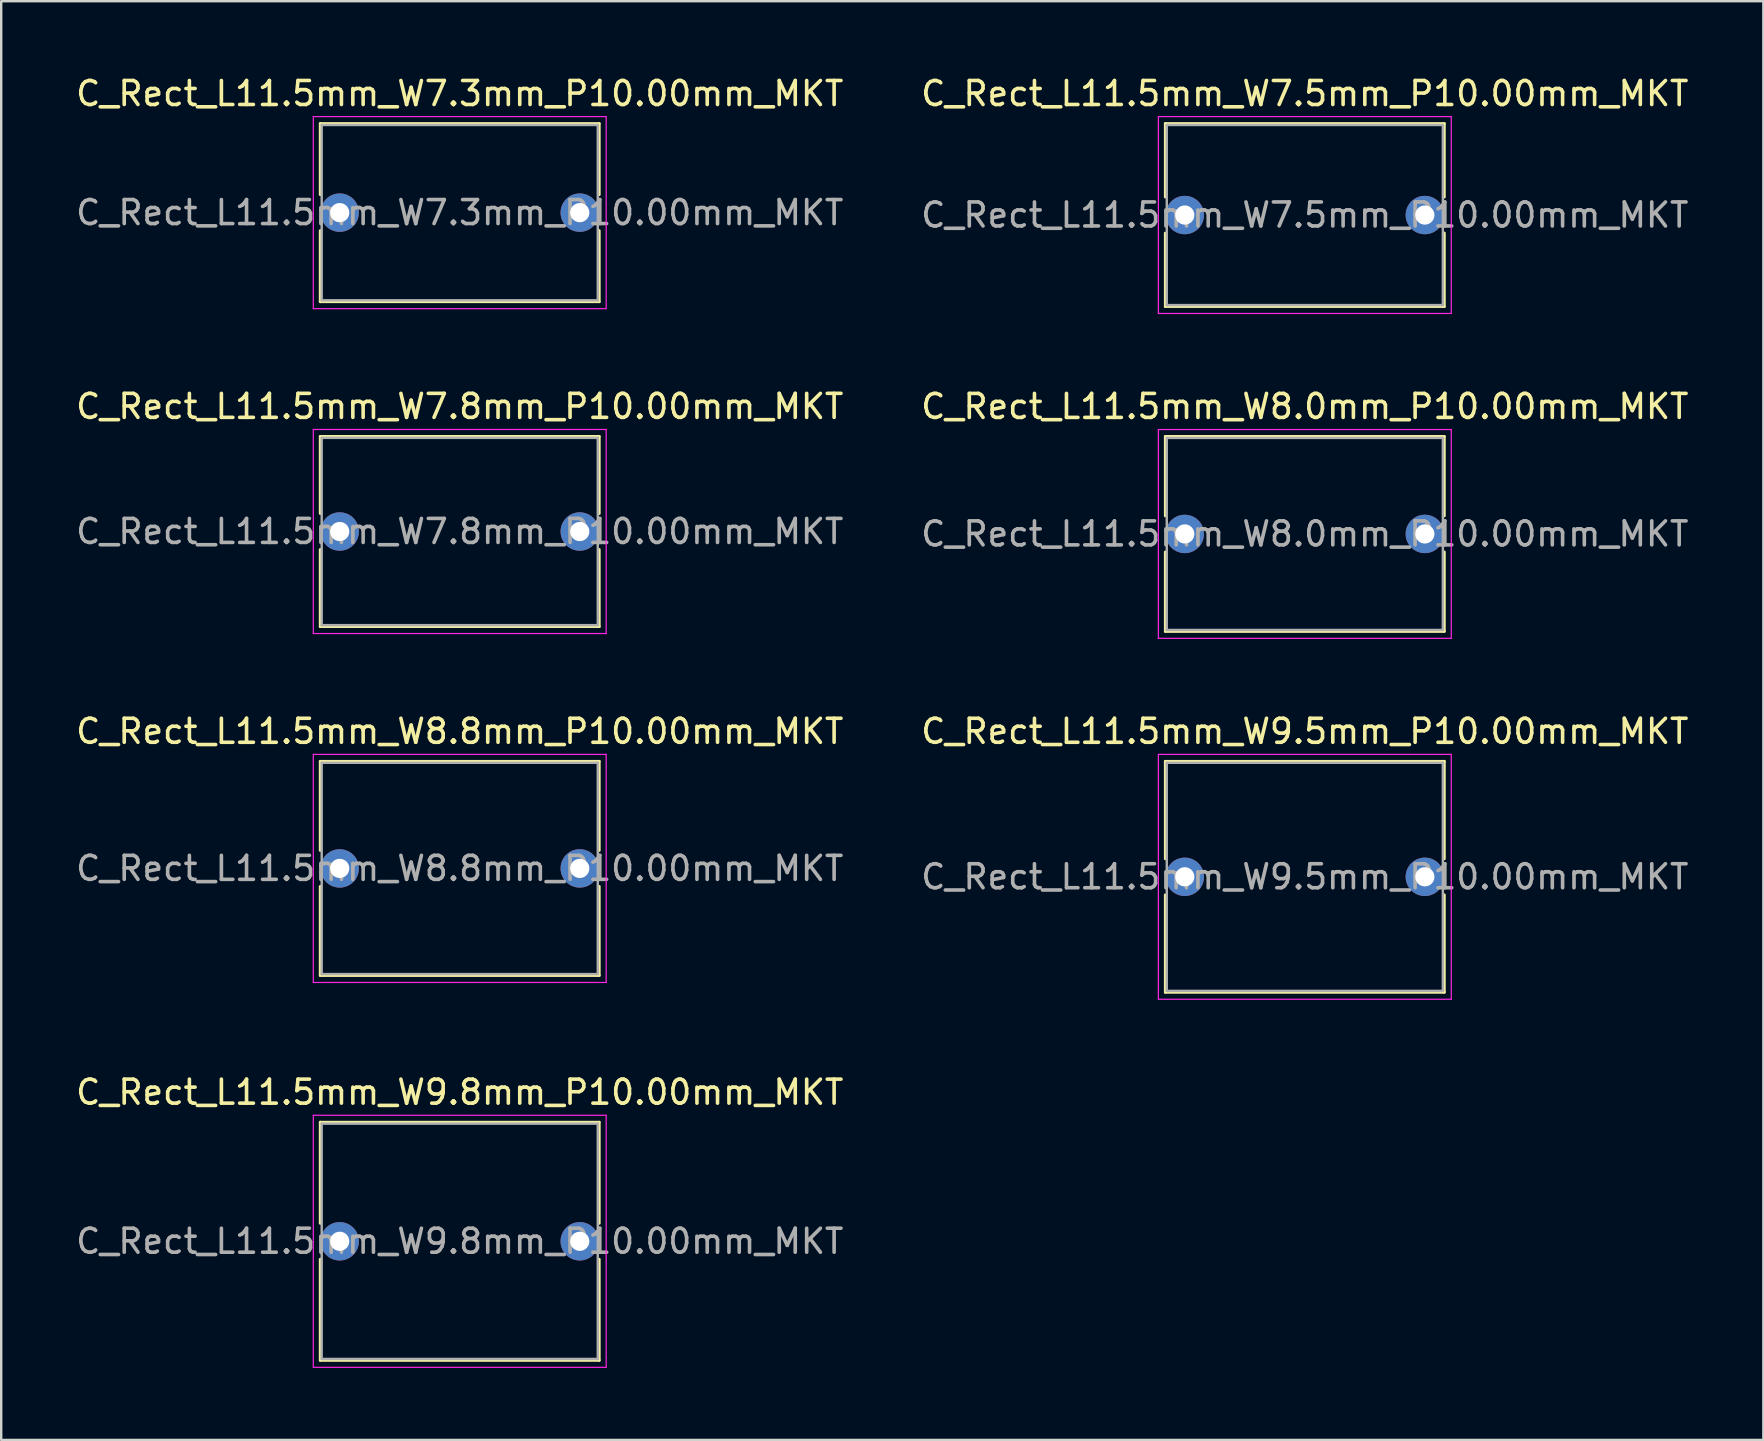
<source format=kicad_pcb>
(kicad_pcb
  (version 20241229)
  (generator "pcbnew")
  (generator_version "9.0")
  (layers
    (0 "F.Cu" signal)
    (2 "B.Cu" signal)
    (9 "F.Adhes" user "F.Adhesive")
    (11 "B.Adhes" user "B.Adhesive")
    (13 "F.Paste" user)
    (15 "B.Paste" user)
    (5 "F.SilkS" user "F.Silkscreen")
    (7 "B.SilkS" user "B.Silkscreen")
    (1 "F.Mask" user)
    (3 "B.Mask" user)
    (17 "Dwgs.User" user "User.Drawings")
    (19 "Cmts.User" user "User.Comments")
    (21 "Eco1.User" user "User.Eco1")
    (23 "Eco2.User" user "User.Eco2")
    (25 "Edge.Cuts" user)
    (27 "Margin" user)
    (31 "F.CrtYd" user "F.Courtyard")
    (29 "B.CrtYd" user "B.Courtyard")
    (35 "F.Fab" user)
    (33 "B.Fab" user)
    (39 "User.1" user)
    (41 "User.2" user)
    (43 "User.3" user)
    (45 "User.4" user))
  (footprint "C_Rect_L11.5mm_W8.8mm_P10.00mm_MKT"
    (layer "F.Cu")
    (at 11.101 33.125)
    (property "Reference" "C_Rect_L11.5mm_W8.8mm_P10.00mm_MKT" (at 5 -5.71 0) (layer "F.SilkS") (effects (font (size 1 1) (thickness 0.15))))
    (attr through_hole)
    (fp_line (start -0.81 -4.46) (end -0.81 -0.75) (stroke (width 0.12) (type solid)) (layer "F.SilkS"))
    (fp_line (start -0.81 -4.46) (end 10.81 -4.46) (stroke (width 0.12) (type solid)) (layer "F.SilkS"))
    (fp_line (start -0.81 0.75) (end -0.81 4.46) (stroke (width 0.12) (type solid)) (layer "F.SilkS"))
    (fp_line (start -0.81 4.46) (end 10.81 4.46) (stroke (width 0.12) (type solid)) (layer "F.SilkS"))
    (fp_line (start 10.81 -4.46) (end 10.81 -0.75) (stroke (width 0.12) (type solid)) (layer "F.SilkS"))
    (fp_line (start 10.81 0.75) (end 10.81 4.46) (stroke (width 0.12) (type solid)) (layer "F.SilkS"))
    (fp_line (start -1.1 -4.75) (end -1.1 4.75) (stroke (width 0.05) (type solid)) (layer "F.CrtYd"))
    (fp_line (start -1.1 4.75) (end 11.1 4.75) (stroke (width 0.05) (type solid)) (layer "F.CrtYd"))
    (fp_line (start 11.1 -4.75) (end -1.1 -4.75) (stroke (width 0.05) (type solid)) (layer "F.CrtYd"))
    (fp_line (start 11.1 4.75) (end 11.1 -4.75) (stroke (width 0.05) (type solid)) (layer "F.CrtYd"))
    (fp_line (start -0.75 -4.4) (end -0.75 4.4) (stroke (width 0.1) (type solid)) (layer "F.Fab"))
    (fp_line (start -0.75 4.4) (end 10.75 4.4) (stroke (width 0.1) (type solid)) (layer "F.Fab"))
    (fp_line (start 10.75 -4.4) (end -0.75 -4.4) (stroke (width 0.1) (type solid)) (layer "F.Fab"))
    (fp_line (start 10.75 4.4) (end 10.75 -4.4) (stroke (width 0.1) (type solid)) (layer "F.Fab"))
    (fp_text user "${REFERENCE}" (at 5 0 0) (layer "F.Fab") (effects (font (size 1 1) (thickness 0.15))))
    (pad "1" thru_hole circle (at 0 0) (size 1.6 1.6) (drill 0.8) (layers "*.Cu" "*.Mask"))
    (pad "2" thru_hole circle (at 10 0) (size 1.6 1.6) (drill 0.8) (layers "*.Cu" "*.Mask")))
  (footprint "C_Rect_L11.5mm_W7.8mm_P10.00mm_MKT"
    (layer "F.Cu")
    (at 11.101 19.091)
    (property "Reference" "C_Rect_L11.5mm_W7.8mm_P10.00mm_MKT" (at 5 -5.21 0) (layer "F.SilkS") (effects (font (size 1 1) (thickness 0.15))))
    (attr through_hole)
    (fp_line (start -0.81 -3.96) (end -0.81 -0.75) (stroke (width 0.12) (type solid)) (layer "F.SilkS"))
    (fp_line (start -0.81 -3.96) (end 10.81 -3.96) (stroke (width 0.12) (type solid)) (layer "F.SilkS"))
    (fp_line (start -0.81 0.75) (end -0.81 3.96) (stroke (width 0.12) (type solid)) (layer "F.SilkS"))
    (fp_line (start -0.81 3.96) (end 10.81 3.96) (stroke (width 0.12) (type solid)) (layer "F.SilkS"))
    (fp_line (start 10.81 -3.96) (end 10.81 -0.75) (stroke (width 0.12) (type solid)) (layer "F.SilkS"))
    (fp_line (start 10.81 0.75) (end 10.81 3.96) (stroke (width 0.12) (type solid)) (layer "F.SilkS"))
    (fp_line (start -1.1 -4.25) (end -1.1 4.25) (stroke (width 0.05) (type solid)) (layer "F.CrtYd"))
    (fp_line (start -1.1 4.25) (end 11.1 4.25) (stroke (width 0.05) (type solid)) (layer "F.CrtYd"))
    (fp_line (start 11.1 -4.25) (end -1.1 -4.25) (stroke (width 0.05) (type solid)) (layer "F.CrtYd"))
    (fp_line (start 11.1 4.25) (end 11.1 -4.25) (stroke (width 0.05) (type solid)) (layer "F.CrtYd"))
    (fp_line (start -0.75 -3.9) (end -0.75 3.9) (stroke (width 0.1) (type solid)) (layer "F.Fab"))
    (fp_line (start -0.75 3.9) (end 10.75 3.9) (stroke (width 0.1) (type solid)) (layer "F.Fab"))
    (fp_line (start 10.75 -3.9) (end -0.75 -3.9) (stroke (width 0.1) (type solid)) (layer "F.Fab"))
    (fp_line (start 10.75 3.9) (end 10.75 -3.9) (stroke (width 0.1) (type solid)) (layer "F.Fab"))
    (fp_text user "${REFERENCE}" (at 5 0 0) (layer "F.Fab") (effects (font (size 1 1) (thickness 0.15))))
    (pad "1" thru_hole circle (at 0 0) (size 1.6 1.6) (drill 0.8) (layers "*.Cu" "*.Mask"))
    (pad "2" thru_hole circle (at 10 0) (size 1.6 1.6) (drill 0.8) (layers "*.Cu" "*.Mask")))
  (footprint "C_Rect_L11.5mm_W7.3mm_P10.00mm_MKT"
    (layer "F.Cu")
    (at 11.101 5.808)
    (property "Reference" "C_Rect_L11.5mm_W7.3mm_P10.00mm_MKT" (at 5 -4.96 0) (layer "F.SilkS") (effects (font (size 1 1) (thickness 0.15))))
    (attr through_hole)
    (fp_line (start -0.81 -3.71) (end -0.81 -0.75) (stroke (width 0.12) (type solid)) (layer "F.SilkS"))
    (fp_line (start -0.81 -3.71) (end 10.81 -3.71) (stroke (width 0.12) (type solid)) (layer "F.SilkS"))
    (fp_line (start -0.81 0.75) (end -0.81 3.71) (stroke (width 0.12) (type solid)) (layer "F.SilkS"))
    (fp_line (start -0.81 3.71) (end 10.81 3.71) (stroke (width 0.12) (type solid)) (layer "F.SilkS"))
    (fp_line (start 10.81 -3.71) (end 10.81 -0.75) (stroke (width 0.12) (type solid)) (layer "F.SilkS"))
    (fp_line (start 10.81 0.75) (end 10.81 3.71) (stroke (width 0.12) (type solid)) (layer "F.SilkS"))
    (fp_line (start -1.1 -4) (end -1.1 4) (stroke (width 0.05) (type solid)) (layer "F.CrtYd"))
    (fp_line (start -1.1 4) (end 11.1 4) (stroke (width 0.05) (type solid)) (layer "F.CrtYd"))
    (fp_line (start 11.1 -4) (end -1.1 -4) (stroke (width 0.05) (type solid)) (layer "F.CrtYd"))
    (fp_line (start 11.1 4) (end 11.1 -4) (stroke (width 0.05) (type solid)) (layer "F.CrtYd"))
    (fp_line (start -0.75 -3.65) (end -0.75 3.65) (stroke (width 0.1) (type solid)) (layer "F.Fab"))
    (fp_line (start -0.75 3.65) (end 10.75 3.65) (stroke (width 0.1) (type solid)) (layer "F.Fab"))
    (fp_line (start 10.75 -3.65) (end -0.75 -3.65) (stroke (width 0.1) (type solid)) (layer "F.Fab"))
    (fp_line (start 10.75 3.65) (end 10.75 -3.65) (stroke (width 0.1) (type solid)) (layer "F.Fab"))
    (fp_text user "${REFERENCE}" (at 5 0 0) (layer "F.Fab") (effects (font (size 1 1) (thickness 0.15))))
    (pad "1" thru_hole circle (at 0 0) (size 1.6 1.6) (drill 0.8) (layers "*.Cu" "*.Mask"))
    (pad "2" thru_hole circle (at 10 0) (size 1.6 1.6) (drill 0.8) (layers "*.Cu" "*.Mask")))
  (footprint "C_Rect_L11.5mm_W9.5mm_P10.00mm_MKT"
    (layer "F.Cu")
    (at 46.304 33.475)
    (property "Reference" "C_Rect_L11.5mm_W9.5mm_P10.00mm_MKT" (at 5 -6.06 0) (layer "F.SilkS") (effects (font (size 1 1) (thickness 0.15))))
    (attr through_hole)
    (fp_line (start -0.81 -4.81) (end -0.81 -0.75) (stroke (width 0.12) (type solid)) (layer "F.SilkS"))
    (fp_line (start -0.81 -4.81) (end 10.81 -4.81) (stroke (width 0.12) (type solid)) (layer "F.SilkS"))
    (fp_line (start -0.81 0.75) (end -0.81 4.81) (stroke (width 0.12) (type solid)) (layer "F.SilkS"))
    (fp_line (start -0.81 4.81) (end 10.81 4.81) (stroke (width 0.12) (type solid)) (layer "F.SilkS"))
    (fp_line (start 10.81 -4.81) (end 10.81 -0.75) (stroke (width 0.12) (type solid)) (layer "F.SilkS"))
    (fp_line (start 10.81 0.75) (end 10.81 4.81) (stroke (width 0.12) (type solid)) (layer "F.SilkS"))
    (fp_line (start -1.1 -5.1) (end -1.1 5.1) (stroke (width 0.05) (type solid)) (layer "F.CrtYd"))
    (fp_line (start -1.1 5.1) (end 11.1 5.1) (stroke (width 0.05) (type solid)) (layer "F.CrtYd"))
    (fp_line (start 11.1 -5.1) (end -1.1 -5.1) (stroke (width 0.05) (type solid)) (layer "F.CrtYd"))
    (fp_line (start 11.1 5.1) (end 11.1 -5.1) (stroke (width 0.05) (type solid)) (layer "F.CrtYd"))
    (fp_line (start -0.75 -4.75) (end -0.75 4.75) (stroke (width 0.1) (type solid)) (layer "F.Fab"))
    (fp_line (start -0.75 4.75) (end 10.75 4.75) (stroke (width 0.1) (type solid)) (layer "F.Fab"))
    (fp_line (start 10.75 -4.75) (end -0.75 -4.75) (stroke (width 0.1) (type solid)) (layer "F.Fab"))
    (fp_line (start 10.75 4.75) (end 10.75 -4.75) (stroke (width 0.1) (type solid)) (layer "F.Fab"))
    (fp_text user "${REFERENCE}" (at 5 0 0) (layer "F.Fab") (effects (font (size 1 1) (thickness 0.15))))
    (pad "1" thru_hole circle (at 0 0) (size 1.6 1.6) (drill 0.8) (layers "*.Cu" "*.Mask"))
    (pad "2" thru_hole circle (at 10 0) (size 1.6 1.6) (drill 0.8) (layers "*.Cu" "*.Mask")))
  (footprint "C_Rect_L11.5mm_W8.0mm_P10.00mm_MKT"
    (layer "F.Cu")
    (at 46.304 19.192)
    (property "Reference" "C_Rect_L11.5mm_W8.0mm_P10.00mm_MKT" (at 5 -5.31 0) (layer "F.SilkS") (effects (font (size 1 1) (thickness 0.15))))
    (attr through_hole)
    (fp_line (start -0.81 -4.06) (end -0.81 -0.75) (stroke (width 0.12) (type solid)) (layer "F.SilkS"))
    (fp_line (start -0.81 -4.06) (end 10.81 -4.06) (stroke (width 0.12) (type solid)) (layer "F.SilkS"))
    (fp_line (start -0.81 0.75) (end -0.81 4.06) (stroke (width 0.12) (type solid)) (layer "F.SilkS"))
    (fp_line (start -0.81 4.06) (end 10.81 4.06) (stroke (width 0.12) (type solid)) (layer "F.SilkS"))
    (fp_line (start 10.81 -4.06) (end 10.81 -0.75) (stroke (width 0.12) (type solid)) (layer "F.SilkS"))
    (fp_line (start 10.81 0.75) (end 10.81 4.06) (stroke (width 0.12) (type solid)) (layer "F.SilkS"))
    (fp_line (start -1.1 -4.35) (end -1.1 4.35) (stroke (width 0.05) (type solid)) (layer "F.CrtYd"))
    (fp_line (start -1.1 4.35) (end 11.1 4.35) (stroke (width 0.05) (type solid)) (layer "F.CrtYd"))
    (fp_line (start 11.1 -4.35) (end -1.1 -4.35) (stroke (width 0.05) (type solid)) (layer "F.CrtYd"))
    (fp_line (start 11.1 4.35) (end 11.1 -4.35) (stroke (width 0.05) (type solid)) (layer "F.CrtYd"))
    (fp_line (start -0.75 -4) (end -0.75 4) (stroke (width 0.1) (type solid)) (layer "F.Fab"))
    (fp_line (start -0.75 4) (end 10.75 4) (stroke (width 0.1) (type solid)) (layer "F.Fab"))
    (fp_line (start 10.75 -4) (end -0.75 -4) (stroke (width 0.1) (type solid)) (layer "F.Fab"))
    (fp_line (start 10.75 4) (end 10.75 -4) (stroke (width 0.1) (type solid)) (layer "F.Fab"))
    (fp_text user "${REFERENCE}" (at 5 0 0) (layer "F.Fab") (effects (font (size 1 1) (thickness 0.15))))
    (pad "1" thru_hole circle (at 0 0) (size 1.6 1.6) (drill 0.8) (layers "*.Cu" "*.Mask"))
    (pad "2" thru_hole circle (at 10 0) (size 1.6 1.6) (drill 0.8) (layers "*.Cu" "*.Mask")))
  (footprint "C_Rect_L11.5mm_W7.5mm_P10.00mm_MKT"
    (layer "F.Cu")
    (at 46.304 5.908)
    (property "Reference" "C_Rect_L11.5mm_W7.5mm_P10.00mm_MKT" (at 5 -5.06 0) (layer "F.SilkS") (effects (font (size 1 1) (thickness 0.15))))
    (attr through_hole)
    (fp_line (start -0.81 -3.81) (end -0.81 -0.75) (stroke (width 0.12) (type solid)) (layer "F.SilkS"))
    (fp_line (start -0.81 -3.81) (end 10.81 -3.81) (stroke (width 0.12) (type solid)) (layer "F.SilkS"))
    (fp_line (start -0.81 0.75) (end -0.81 3.81) (stroke (width 0.12) (type solid)) (layer "F.SilkS"))
    (fp_line (start -0.81 3.81) (end 10.81 3.81) (stroke (width 0.12) (type solid)) (layer "F.SilkS"))
    (fp_line (start 10.81 -3.81) (end 10.81 -0.75) (stroke (width 0.12) (type solid)) (layer "F.SilkS"))
    (fp_line (start 10.81 0.75) (end 10.81 3.81) (stroke (width 0.12) (type solid)) (layer "F.SilkS"))
    (fp_line (start -1.1 -4.1) (end -1.1 4.1) (stroke (width 0.05) (type solid)) (layer "F.CrtYd"))
    (fp_line (start -1.1 4.1) (end 11.1 4.1) (stroke (width 0.05) (type solid)) (layer "F.CrtYd"))
    (fp_line (start 11.1 -4.1) (end -1.1 -4.1) (stroke (width 0.05) (type solid)) (layer "F.CrtYd"))
    (fp_line (start 11.1 4.1) (end 11.1 -4.1) (stroke (width 0.05) (type solid)) (layer "F.CrtYd"))
    (fp_line (start -0.75 -3.75) (end -0.75 3.75) (stroke (width 0.1) (type solid)) (layer "F.Fab"))
    (fp_line (start -0.75 3.75) (end 10.75 3.75) (stroke (width 0.1) (type solid)) (layer "F.Fab"))
    (fp_line (start 10.75 -3.75) (end -0.75 -3.75) (stroke (width 0.1) (type solid)) (layer "F.Fab"))
    (fp_line (start 10.75 3.75) (end 10.75 -3.75) (stroke (width 0.1) (type solid)) (layer "F.Fab"))
    (fp_text user "${REFERENCE}" (at 5 0 0) (layer "F.Fab") (effects (font (size 1 1) (thickness 0.15))))
    (pad "1" thru_hole circle (at 0 0) (size 1.6 1.6) (drill 0.8) (layers "*.Cu" "*.Mask"))
    (pad "2" thru_hole circle (at 10 0) (size 1.6 1.6) (drill 0.8) (layers "*.Cu" "*.Mask")))
  (footprint "C_Rect_L11.5mm_W9.8mm_P10.00mm_MKT"
    (layer "F.Cu")
    (at 11.101 48.658)
    (property "Reference" "C_Rect_L11.5mm_W9.8mm_P10.00mm_MKT" (at 5 -6.21 0) (layer "F.SilkS") (effects (font (size 1 1) (thickness 0.15))))
    (attr through_hole)
    (fp_line (start -0.81 -4.96) (end -0.81 -0.75) (stroke (width 0.12) (type solid)) (layer "F.SilkS"))
    (fp_line (start -0.81 -4.96) (end 10.81 -4.96) (stroke (width 0.12) (type solid)) (layer "F.SilkS"))
    (fp_line (start -0.81 0.75) (end -0.81 4.96) (stroke (width 0.12) (type solid)) (layer "F.SilkS"))
    (fp_line (start -0.81 4.96) (end 10.81 4.96) (stroke (width 0.12) (type solid)) (layer "F.SilkS"))
    (fp_line (start 10.81 -4.96) (end 10.81 -0.75) (stroke (width 0.12) (type solid)) (layer "F.SilkS"))
    (fp_line (start 10.81 0.75) (end 10.81 4.96) (stroke (width 0.12) (type solid)) (layer "F.SilkS"))
    (fp_line (start -1.1 -5.25) (end -1.1 5.25) (stroke (width 0.05) (type solid)) (layer "F.CrtYd"))
    (fp_line (start -1.1 5.25) (end 11.1 5.25) (stroke (width 0.05) (type solid)) (layer "F.CrtYd"))
    (fp_line (start 11.1 -5.25) (end -1.1 -5.25) (stroke (width 0.05) (type solid)) (layer "F.CrtYd"))
    (fp_line (start 11.1 5.25) (end 11.1 -5.25) (stroke (width 0.05) (type solid)) (layer "F.CrtYd"))
    (fp_line (start -0.75 -4.9) (end -0.75 4.9) (stroke (width 0.1) (type solid)) (layer "F.Fab"))
    (fp_line (start -0.75 4.9) (end 10.75 4.9) (stroke (width 0.1) (type solid)) (layer "F.Fab"))
    (fp_line (start 10.75 -4.9) (end -0.75 -4.9) (stroke (width 0.1) (type solid)) (layer "F.Fab"))
    (fp_line (start 10.75 4.9) (end 10.75 -4.9) (stroke (width 0.1) (type solid)) (layer "F.Fab"))
    (fp_text user "${REFERENCE}" (at 5 0 0) (layer "F.Fab") (effects (font (size 1 1) (thickness 0.15))))
    (pad "1" thru_hole circle (at 0 0) (size 1.6 1.6) (drill 0.8) (layers "*.Cu" "*.Mask"))
    (pad "2" thru_hole circle (at 10 0) (size 1.6 1.6) (drill 0.8) (layers "*.Cu" "*.Mask")))
  (gr_rect
    (start -3 -3)
    (end 70.405 56.933)
    (stroke (width 0.1) (type default))
    (fill no)
    (layer "Edge.Cuts")))
</source>
